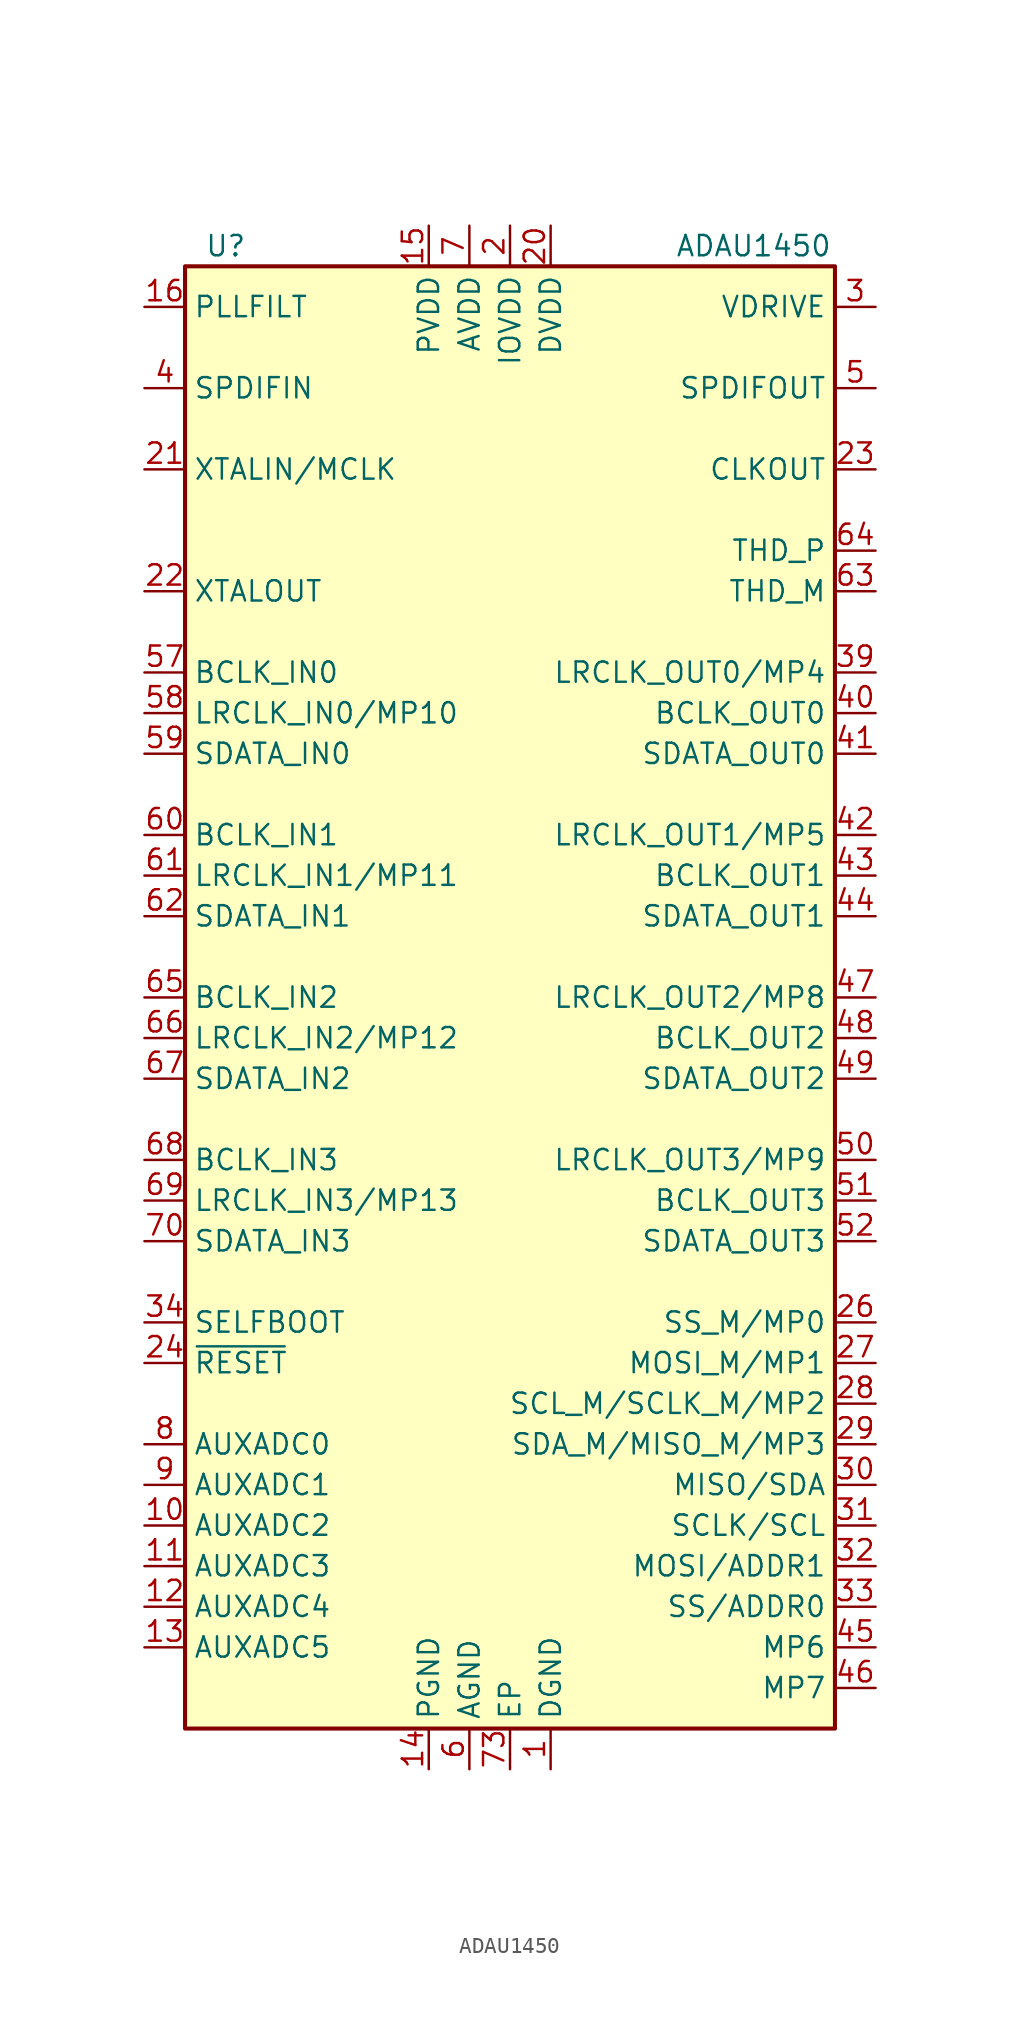
<source format=kicad_sym>
(kicad_symbol_lib
  (version 20201005)
  (generator kicad_symbol_editor)
  (symbol "ADAU1450"
    (property "Reference" "U"
      (at -17.78 46.99 0)
      (effects (font (size 1.27 1.27))))
    (property "Value" "ADAU1450"
      (at 15.24 46.99 0)
      (effects (font (size 1.27 1.27))))
    (symbol "ADAU1450_0_1"
      (rectangle (start -20.32 45.72) (end 20.32 -45.72) (stroke (width 0.254)) (fill (type background))))
    (symbol "ADAU1450_1_1"
      (pin power_in line (at 2.54 -48.26 90) (length 2.54) (name "DGND" (effects (font (size 1.27 1.27)))) (number "1" (effects (font (size 1.27 1.27)))))
      (pin input line (at -22.86 -33.02 0) (length 2.54) (name "AUXADC2" (effects (font (size 1.27 1.27)))) (number "10" (effects (font (size 1.27 1.27)))))
      (pin input line (at -22.86 -35.56 0) (length 2.54) (name "AUXADC3" (effects (font (size 1.27 1.27)))) (number "11" (effects (font (size 1.27 1.27)))))
      (pin input line (at -22.86 -38.1 0) (length 2.54) (name "AUXADC4" (effects (font (size 1.27 1.27)))) (number "12" (effects (font (size 1.27 1.27)))))
      (pin input line (at -22.86 -40.64 0) (length 2.54) (name "AUXADC5" (effects (font (size 1.27 1.27)))) (number "13" (effects (font (size 1.27 1.27)))))
      (pin power_in line (at -5.08 -48.26 90) (length 2.54) (name "PGND" (effects (font (size 1.27 1.27)))) (number "14" (effects (font (size 1.27 1.27)))))
      (pin power_in line (at -5.08 48.26 270) (length 2.54) (name "PVDD" (effects (font (size 1.27 1.27)))) (number "15" (effects (font (size 1.27 1.27)))))
      (pin passive line (at -22.86 43.18 0) (length 2.54) (name "PLLFILT" (effects (font (size 1.27 1.27)))) (number "16" (effects (font (size 1.27 1.27)))))
      (pin passive line (at 2.54 -48.26 90) (length 2.54) hide (name "DGND" (effects (font (size 1.27 1.27)))) (number "17" (effects (font (size 1.27 1.27)))))
      (pin passive line (at 0 48.26 270) (length 2.54) hide (name "IOVDD" (effects (font (size 1.27 1.27)))) (number "18" (effects (font (size 1.27 1.27)))))
      (pin passive line (at 2.54 -48.26 90) (length 2.54) hide (name "DGND" (effects (font (size 1.27 1.27)))) (number "19" (effects (font (size 1.27 1.27)))))
      (pin power_in line (at 0 48.26 270) (length 2.54) (name "IOVDD" (effects (font (size 1.27 1.27)))) (number "2" (effects (font (size 1.27 1.27)))))
      (pin power_in line (at 2.54 48.26 270) (length 2.54) (name "DVDD" (effects (font (size 1.27 1.27)))) (number "20" (effects (font (size 1.27 1.27)))))
      (pin input line (at -22.86 33.02 0) (length 2.54) (name "XTALIN/MCLK" (effects (font (size 1.27 1.27)))) (number "21" (effects (font (size 1.27 1.27)))))
      (pin output line (at -22.86 25.4 0) (length 2.54) (name "XTALOUT" (effects (font (size 1.27 1.27)))) (number "22" (effects (font (size 1.27 1.27)))))
      (pin output line (at 22.86 33.02 180) (length 2.54) (name "CLKOUT" (effects (font (size 1.27 1.27)))) (number "23" (effects (font (size 1.27 1.27)))))
      (pin input line (at -22.86 -22.86 0) (length 2.54) (name "~RESET" (effects (font (size 1.27 1.27)))) (number "24" (effects (font (size 1.27 1.27)))))
      (pin passive line (at 2.54 -48.26 90) (length 2.54) hide (name "DGND" (effects (font (size 1.27 1.27)))) (number "25" (effects (font (size 1.27 1.27)))))
      (pin bidirectional line (at 22.86 -20.32 180) (length 2.54) (name "SS_M/MP0" (effects (font (size 1.27 1.27)))) (number "26" (effects (font (size 1.27 1.27)))))
      (pin bidirectional line (at 22.86 -22.86 180) (length 2.54) (name "MOSI_M/MP1" (effects (font (size 1.27 1.27)))) (number "27" (effects (font (size 1.27 1.27)))))
      (pin bidirectional line (at 22.86 -25.4 180) (length 2.54) (name "SCL_M/SCLK_M/MP2" (effects (font (size 1.27 1.27)))) (number "28" (effects (font (size 1.27 1.27)))))
      (pin bidirectional line (at 22.86 -27.94 180) (length 2.54) (name "SDA_M/MISO_M/MP3" (effects (font (size 1.27 1.27)))) (number "29" (effects (font (size 1.27 1.27)))))
      (pin output line (at 22.86 43.18 180) (length 2.54) (name "VDRIVE" (effects (font (size 1.27 1.27)))) (number "3" (effects (font (size 1.27 1.27)))))
      (pin bidirectional line (at 22.86 -30.48 180) (length 2.54) (name "MISO/SDA" (effects (font (size 1.27 1.27)))) (number "30" (effects (font (size 1.27 1.27)))))
      (pin input line (at 22.86 -33.02 180) (length 2.54) (name "SCLK/SCL" (effects (font (size 1.27 1.27)))) (number "31" (effects (font (size 1.27 1.27)))))
      (pin input line (at 22.86 -35.56 180) (length 2.54) (name "MOSI/ADDR1" (effects (font (size 1.27 1.27)))) (number "32" (effects (font (size 1.27 1.27)))))
      (pin input line (at 22.86 -38.1 180) (length 2.54) (name "SS/ADDR0" (effects (font (size 1.27 1.27)))) (number "33" (effects (font (size 1.27 1.27)))))
      (pin input line (at -22.86 -20.32 0) (length 2.54) (name "SELFBOOT" (effects (font (size 1.27 1.27)))) (number "34" (effects (font (size 1.27 1.27)))))
      (pin passive line (at 2.54 48.26 270) (length 2.54) hide (name "DVDD" (effects (font (size 1.27 1.27)))) (number "35" (effects (font (size 1.27 1.27)))))
      (pin passive line (at 2.54 -48.26 90) (length 2.54) hide (name "DGND" (effects (font (size 1.27 1.27)))) (number "36" (effects (font (size 1.27 1.27)))))
      (pin passive line (at 2.54 -48.26 90) (length 2.54) hide (name "DGND" (effects (font (size 1.27 1.27)))) (number "37" (effects (font (size 1.27 1.27)))))
      (pin passive line (at 0 48.26 270) (length 2.54) hide (name "IOVDD" (effects (font (size 1.27 1.27)))) (number "38" (effects (font (size 1.27 1.27)))))
      (pin bidirectional line (at 22.86 20.32 180) (length 2.54) (name "LRCLK_OUT0/MP4" (effects (font (size 1.27 1.27)))) (number "39" (effects (font (size 1.27 1.27)))))
      (pin input line (at -22.86 38.1 0) (length 2.54) (name "SPDIFIN" (effects (font (size 1.27 1.27)))) (number "4" (effects (font (size 1.27 1.27)))))
      (pin bidirectional line (at 22.86 17.78 180) (length 2.54) (name "BCLK_OUT0" (effects (font (size 1.27 1.27)))) (number "40" (effects (font (size 1.27 1.27)))))
      (pin output line (at 22.86 15.24 180) (length 2.54) (name "SDATA_OUT0" (effects (font (size 1.27 1.27)))) (number "41" (effects (font (size 1.27 1.27)))))
      (pin bidirectional line (at 22.86 10.16 180) (length 2.54) (name "LRCLK_OUT1/MP5" (effects (font (size 1.27 1.27)))) (number "42" (effects (font (size 1.27 1.27)))))
      (pin bidirectional line (at 22.86 7.62 180) (length 2.54) (name "BCLK_OUT1" (effects (font (size 1.27 1.27)))) (number "43" (effects (font (size 1.27 1.27)))))
      (pin output line (at 22.86 5.08 180) (length 2.54) (name "SDATA_OUT1" (effects (font (size 1.27 1.27)))) (number "44" (effects (font (size 1.27 1.27)))))
      (pin bidirectional line (at 22.86 -40.64 180) (length 2.54) (name "MP6" (effects (font (size 1.27 1.27)))) (number "45" (effects (font (size 1.27 1.27)))))
      (pin bidirectional line (at 22.86 -43.18 180) (length 2.54) (name "MP7" (effects (font (size 1.27 1.27)))) (number "46" (effects (font (size 1.27 1.27)))))
      (pin bidirectional line (at 22.86 0 180) (length 2.54) (name "LRCLK_OUT2/MP8" (effects (font (size 1.27 1.27)))) (number "47" (effects (font (size 1.27 1.27)))))
      (pin bidirectional line (at 22.86 -2.54 180) (length 2.54) (name "BCLK_OUT2" (effects (font (size 1.27 1.27)))) (number "48" (effects (font (size 1.27 1.27)))))
      (pin output line (at 22.86 -5.08 180) (length 2.54) (name "SDATA_OUT2" (effects (font (size 1.27 1.27)))) (number "49" (effects (font (size 1.27 1.27)))))
      (pin output line (at 22.86 38.1 180) (length 2.54) (name "SPDIFOUT" (effects (font (size 1.27 1.27)))) (number "5" (effects (font (size 1.27 1.27)))))
      (pin bidirectional line (at 22.86 -10.16 180) (length 2.54) (name "LRCLK_OUT3/MP9" (effects (font (size 1.27 1.27)))) (number "50" (effects (font (size 1.27 1.27)))))
      (pin bidirectional line (at 22.86 -12.7 180) (length 2.54) (name "BCLK_OUT3" (effects (font (size 1.27 1.27)))) (number "51" (effects (font (size 1.27 1.27)))))
      (pin output line (at 22.86 -15.24 180) (length 2.54) (name "SDATA_OUT3" (effects (font (size 1.27 1.27)))) (number "52" (effects (font (size 1.27 1.27)))))
      (pin passive line (at 2.54 48.26 270) (length 2.54) hide (name "DVDD" (effects (font (size 1.27 1.27)))) (number "53" (effects (font (size 1.27 1.27)))))
      (pin passive line (at 2.54 -48.26 90) (length 2.54) hide (name "DGND" (effects (font (size 1.27 1.27)))) (number "54" (effects (font (size 1.27 1.27)))))
      (pin passive line (at 2.54 -48.26 90) (length 2.54) hide (name "DGND" (effects (font (size 1.27 1.27)))) (number "55" (effects (font (size 1.27 1.27)))))
      (pin passive line (at 0 48.26 270) (length 2.54) hide (name "IOVDD" (effects (font (size 1.27 1.27)))) (number "56" (effects (font (size 1.27 1.27)))))
      (pin bidirectional line (at -22.86 20.32 0) (length 2.54) (name "BCLK_IN0" (effects (font (size 1.27 1.27)))) (number "57" (effects (font (size 1.27 1.27)))))
      (pin bidirectional line (at -22.86 17.78 0) (length 2.54) (name "LRCLK_IN0/MP10" (effects (font (size 1.27 1.27)))) (number "58" (effects (font (size 1.27 1.27)))))
      (pin input line (at -22.86 15.24 0) (length 2.54) (name "SDATA_IN0" (effects (font (size 1.27 1.27)))) (number "59" (effects (font (size 1.27 1.27)))))
      (pin power_in line (at -2.54 -48.26 90) (length 2.54) (name "AGND" (effects (font (size 1.27 1.27)))) (number "6" (effects (font (size 1.27 1.27)))))
      (pin bidirectional line (at -22.86 10.16 0) (length 2.54) (name "BCLK_IN1" (effects (font (size 1.27 1.27)))) (number "60" (effects (font (size 1.27 1.27)))))
      (pin bidirectional line (at -22.86 7.62 0) (length 2.54) (name "LRCLK_IN1/MP11" (effects (font (size 1.27 1.27)))) (number "61" (effects (font (size 1.27 1.27)))))
      (pin input line (at -22.86 5.08 0) (length 2.54) (name "SDATA_IN1" (effects (font (size 1.27 1.27)))) (number "62" (effects (font (size 1.27 1.27)))))
      (pin passive line (at 22.86 25.4 180) (length 2.54) (name "THD_M" (effects (font (size 1.27 1.27)))) (number "63" (effects (font (size 1.27 1.27)))))
      (pin passive line (at 22.86 27.94 180) (length 2.54) (name "THD_P" (effects (font (size 1.27 1.27)))) (number "64" (effects (font (size 1.27 1.27)))))
      (pin bidirectional line (at -22.86 0 0) (length 2.54) (name "BCLK_IN2" (effects (font (size 1.27 1.27)))) (number "65" (effects (font (size 1.27 1.27)))))
      (pin bidirectional line (at -22.86 -2.54 0) (length 2.54) (name "LRCLK_IN2/MP12" (effects (font (size 1.27 1.27)))) (number "66" (effects (font (size 1.27 1.27)))))
      (pin input line (at -22.86 -5.08 0) (length 2.54) (name "SDATA_IN2" (effects (font (size 1.27 1.27)))) (number "67" (effects (font (size 1.27 1.27)))))
      (pin bidirectional line (at -22.86 -10.16 0) (length 2.54) (name "BCLK_IN3" (effects (font (size 1.27 1.27)))) (number "68" (effects (font (size 1.27 1.27)))))
      (pin bidirectional line (at -22.86 -12.7 0) (length 2.54) (name "LRCLK_IN3/MP13" (effects (font (size 1.27 1.27)))) (number "69" (effects (font (size 1.27 1.27)))))
      (pin power_in line (at -2.54 48.26 270) (length 2.54) (name "AVDD" (effects (font (size 1.27 1.27)))) (number "7" (effects (font (size 1.27 1.27)))))
      (pin input line (at -22.86 -15.24 0) (length 2.54) (name "SDATA_IN3" (effects (font (size 1.27 1.27)))) (number "70" (effects (font (size 1.27 1.27)))))
      (pin passive line (at 2.54 48.26 270) (length 2.54) hide (name "DVDD" (effects (font (size 1.27 1.27)))) (number "71" (effects (font (size 1.27 1.27)))))
      (pin passive line (at 2.54 -48.26 90) (length 2.54) hide (name "DGND" (effects (font (size 1.27 1.27)))) (number "72" (effects (font (size 1.27 1.27)))))
      (pin power_in line (at 0 -48.26 90) (length 2.54) (name "EP" (effects (font (size 1.27 1.27)))) (number "73" (effects (font (size 1.27 1.27)))))
      (pin input line (at -22.86 -27.94 0) (length 2.54) (name "AUXADC0" (effects (font (size 1.27 1.27)))) (number "8" (effects (font (size 1.27 1.27)))))
      (pin input line (at -22.86 -30.48 0) (length 2.54) (name "AUXADC1" (effects (font (size 1.27 1.27)))) (number "9" (effects (font (size 1.27 1.27))))))))
</source>
